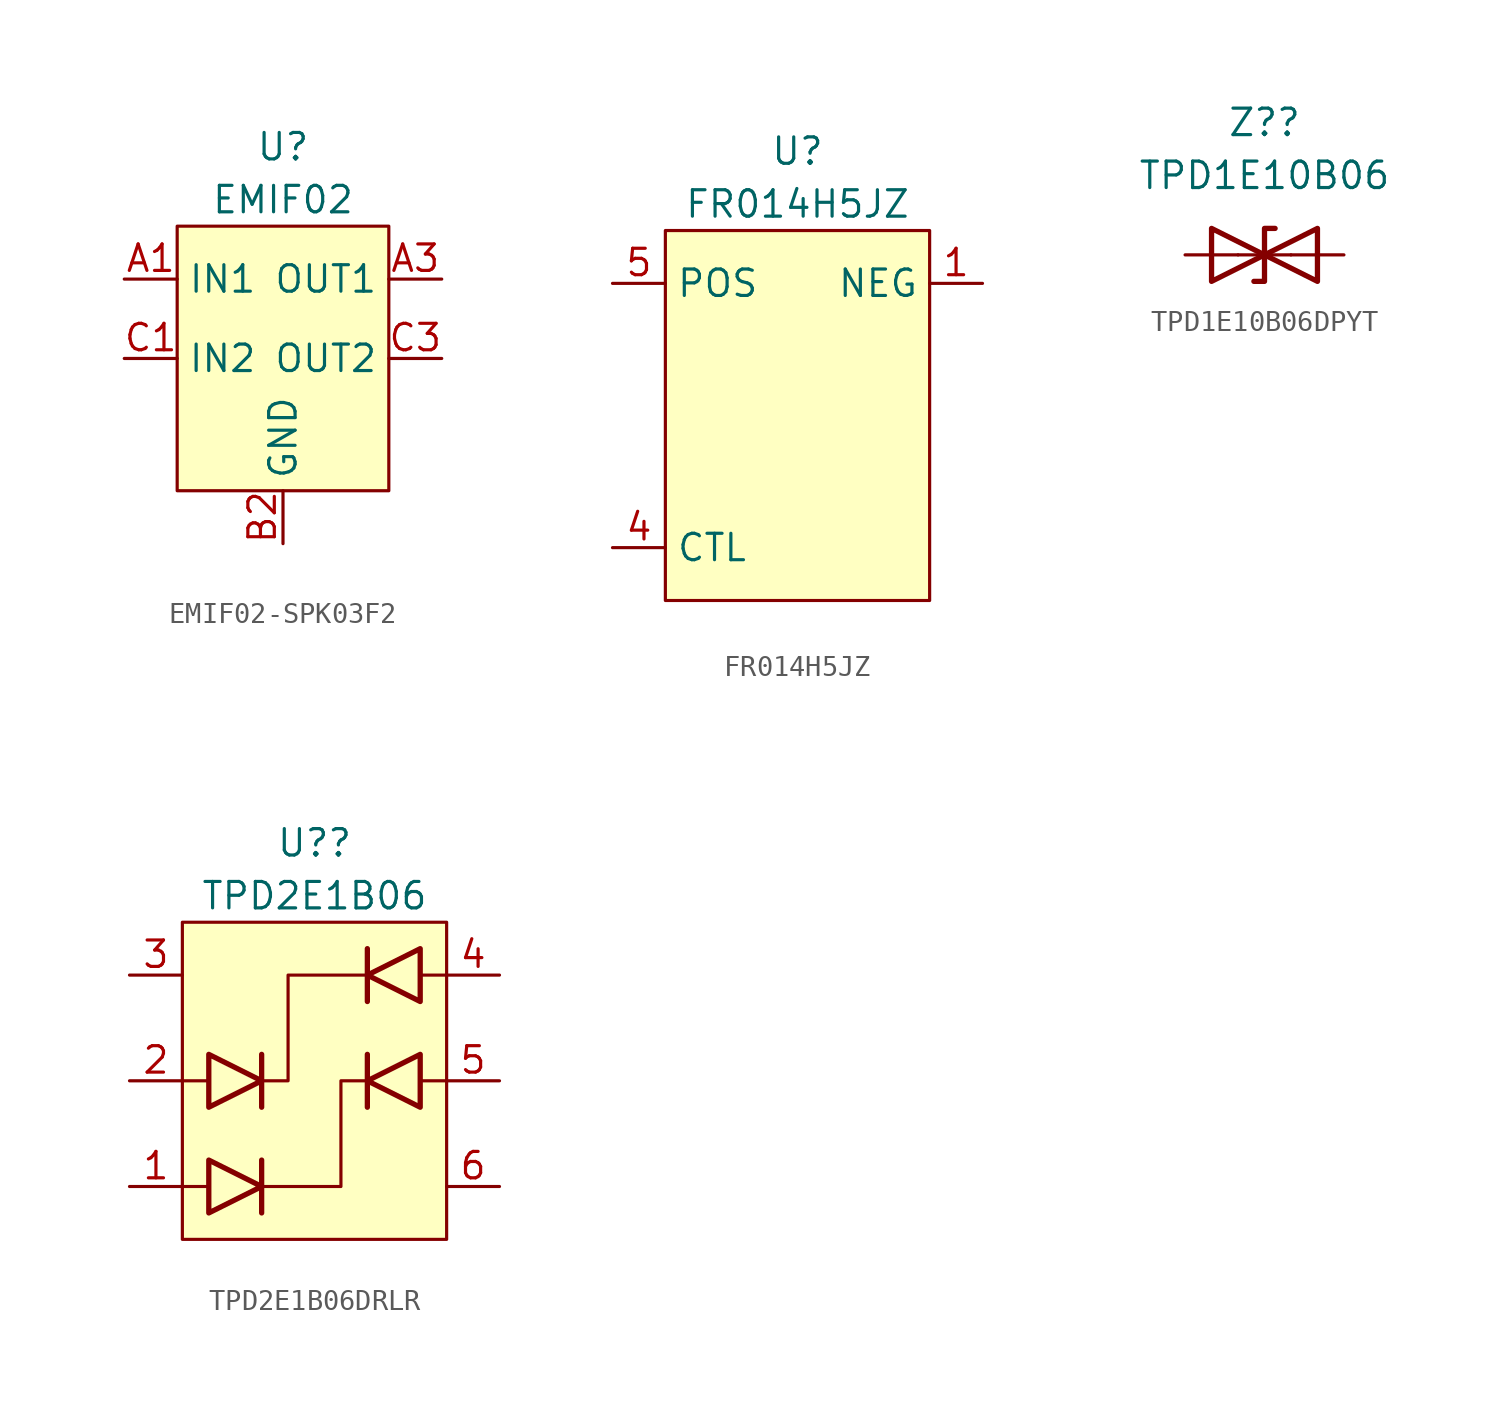
<source format=kicad_sym>
(kicad_symbol_lib
  (version 20220914)
  (generator kicad_symbol_editor)
  (symbol "EMIF02-SPK03F2"
    (property "Reference" "U"
      (at 0 10.16 0)
      (effects (font (size 1.27 1.27))))
    (property "Value" "EMIF02"
      (at 0 7.62 0)
      (effects (font (size 1.27 1.27))))
    (symbol "EMIF02-SPK03F2_0_0"
      (pin passive line (at -7.62 3.81 0) (length 2.54) (name "IN1" (effects (font (size 1.27 1.27)))) (number "A1" (effects (font (size 1.27 1.27)))))
      (pin passive line (at 7.62 3.81 180) (length 2.54) (name "OUT1" (effects (font (size 1.27 1.27)))) (number "A3" (effects (font (size 1.27 1.27)))))
      (pin passive line (at 0 -8.89 90) (length 2.54) (name "GND" (effects (font (size 1.27 1.27)))) (number "B2" (effects (font (size 1.27 1.27)))))
      (pin passive line (at -7.62 0 0) (length 2.54) (name "IN2" (effects (font (size 1.27 1.27)))) (number "C1" (effects (font (size 1.27 1.27)))))
      (pin passive line (at 7.62 0 180) (length 2.54) (name "OUT2" (effects (font (size 1.27 1.27)))) (number "C3" (effects (font (size 1.27 1.27))))))
    (symbol "EMIF02-SPK03F2_1_1"
      (rectangle (start -5.08 6.35) (end 5.08 -6.35) (stroke (width 0) (type default)) (fill (type background)))))
  (symbol "FR014H5JZ"
    (property "Reference" "U"
      (at 0 11.43 0)
      (effects (font (size 1.27 1.27))))
    (property "Value" "FR014H5JZ"
      (at 0 8.89 0)
      (effects (font (size 1.27 1.27))))
    (symbol "FR014H5JZ_0_0"
      (pin passive line (at 8.89 5.08 180) (length 2.54) (name "NEG" (effects (font (size 1.27 1.27)))) (number "1" (effects (font (size 1.27 1.27)))))
      (pin passive line (at -8.89 -7.62 0) (length 2.54) (name "CTL" (effects (font (size 1.27 1.27)))) (number "4" (effects (font (size 1.27 1.27)))))
      (pin passive line (at -8.89 5.08 0) (length 2.54) (name "POS" (effects (font (size 1.27 1.27)))) (number "5" (effects (font (size 1.27 1.27))))))
    (symbol "FR014H5JZ_1_0"
      (pin passive line (at 8.89 5.08 180) (length 2.54) hide (name "NEG" (effects (font (size 1.27 1.27)))) (number "2" (effects (font (size 1.27 1.27)))))
      (pin passive line (at 8.89 5.08 180) (length 2.54) hide (name "NEG" (effects (font (size 1.27 1.27)))) (number "3" (effects (font (size 1.27 1.27))))))
    (symbol "FR014H5JZ_1_1"
      (rectangle (start -6.35 7.62) (end 6.35 -10.16) (stroke (width 0) (type default)) (fill (type background)))))
  (symbol "TPD1E10B06DPYT"
    (pin_numbers hide)
    (pin_names
      (offset 1.016) hide)
    (property "Reference" "Z?"
      (at 0 6.35 0)
      (effects (font (size 1.27 1.27))))
    (property "Value" "TPD1E10B06"
      (at 0 3.81 0)
      (effects (font (size 1.27 1.27))))
    (symbol "TPD1E10B06DPYT_0_1"
      (polyline (pts (xy 1.27 0) (xy -1.27 0)) (stroke (width 0) (type default)) (fill (type none)))
      (polyline (pts (xy -2.54 -1.27) (xy 0 0) (xy -2.54 1.27) (xy -2.54 -1.27)) (stroke (width 0.254) (type default)) (fill (type none)))
      (polyline (pts (xy 0.508 1.27) (xy 0 1.27) (xy 0 -1.27) (xy -0.508 -1.27)) (stroke (width 0.254) (type default)) (fill (type none)))
      (polyline (pts (xy 2.54 1.27) (xy 2.54 -1.27) (xy 0 0) (xy 2.54 1.27)) (stroke (width 0.254) (type default)) (fill (type none))))
    (symbol "TPD1E10B06DPYT_1_1"
      (pin passive line (at -3.81 0 0) (length 2.54) (name "A1" (effects (font (size 1.27 1.27)))) (number "1" (effects (font (size 1.27 1.27)))))
      (pin passive line (at 3.81 0 180) (length 2.54) (name "A2" (effects (font (size 1.27 1.27)))) (number "2" (effects (font (size 1.27 1.27)))))))
  (symbol "TPD2E1B06DRLR"
    (pin_names
      (offset 1.016) hide)
    (property "Reference" "U?"
      (at 0 11.43 0)
      (effects (font (size 1.27 1.27))))
    (property "Value" "TPD2E1B06"
      (at 0 8.89 0)
      (effects (font (size 1.27 1.27))))
    (symbol "TPD2E1B06DRLR_0_0"
      (pin passive line (at -8.89 0 0) (length 2.54) (name "IOB1" (effects (font (size 1.27 1.27)))) (number "2" (effects (font (size 1.27 1.27)))))
      (pin passive line (at 8.89 5.08 180) (length 2.54) (name "IOB2" (effects (font (size 1.27 1.27)))) (number "4" (effects (font (size 1.27 1.27)))))
      (pin passive line (at 8.89 0 180) (length 2.54) (name "IOA2" (effects (font (size 1.27 1.27)))) (number "5" (effects (font (size 1.27 1.27))))))
    (symbol "TPD2E1B06DRLR_0_1"
      (polyline (pts (xy -6.35 -5.08) (xy -5.08 -5.08)) (stroke (width 0) (type default)) (fill (type none)))
      (polyline (pts (xy -6.35 0) (xy -5.08 0)) (stroke (width 0) (type default)) (fill (type none)))
      (polyline (pts (xy -2.54 -6.35) (xy -2.54 -3.81)) (stroke (width 0.254) (type default)) (fill (type none)))
      (polyline (pts (xy -2.54 -1.27) (xy -2.54 1.27)) (stroke (width 0.254) (type default)) (fill (type none)))
      (polyline (pts (xy 2.54 1.27) (xy 2.54 -1.27)) (stroke (width 0.254) (type default)) (fill (type none)))
      (polyline (pts (xy 2.54 6.35) (xy 2.54 3.81)) (stroke (width 0.254) (type default)) (fill (type none)))
      (polyline (pts (xy 5.08 0) (xy 6.35 0)) (stroke (width 0) (type default)) (fill (type none)))
      (polyline (pts (xy 5.08 5.08) (xy 6.35 5.08)) (stroke (width 0) (type default)) (fill (type none)))
      (polyline (pts (xy -5.08 -6.35) (xy -5.08 -3.81) (xy -2.54 -5.08) (xy -5.08 -6.35)) (stroke (width 0.254) (type default)) (fill (type none)))
      (polyline (pts (xy -5.08 -1.27) (xy -5.08 1.27) (xy -2.54 0) (xy -5.08 -1.27)) (stroke (width 0.254) (type default)) (fill (type none)))
      (polyline (pts (xy -2.54 0) (xy -1.27 0) (xy -1.27 5.08) (xy 2.54 5.08)) (stroke (width 0) (type default)) (fill (type none)))
      (polyline (pts (xy 2.54 0) (xy 1.27 0) (xy 1.27 -5.08) (xy -2.54 -5.08)) (stroke (width 0) (type default)) (fill (type none)))
      (polyline (pts (xy 5.08 1.27) (xy 5.08 -1.27) (xy 2.54 0) (xy 5.08 1.27)) (stroke (width 0.254) (type default)) (fill (type none)))
      (polyline (pts (xy 5.08 6.35) (xy 5.08 3.81) (xy 2.54 5.08) (xy 5.08 6.35)) (stroke (width 0.254) (type default)) (fill (type none))))
    (symbol "TPD2E1B06DRLR_1_0"
      (pin passive line (at -8.89 -5.08 0) (length 2.54) (name "IOA1" (effects (font (size 1.27 1.27)))) (number "1" (effects (font (size 1.27 1.27)))))
      (pin free line (at -8.89 5.08 0) (length 2.54) (name "NC" (effects (font (size 1.27 1.27)))) (number "3" (effects (font (size 1.27 1.27)))))
      (pin free line (at 8.89 -5.08 180) (length 2.54) (name "NC" (effects (font (size 1.27 1.27)))) (number "6" (effects (font (size 1.27 1.27))))))
    (symbol "TPD2E1B06DRLR_1_1"
      (rectangle (start -6.35 7.62) (end 6.35 -7.62) (stroke (width 0) (type default)) (fill (type background))))))
</source>
